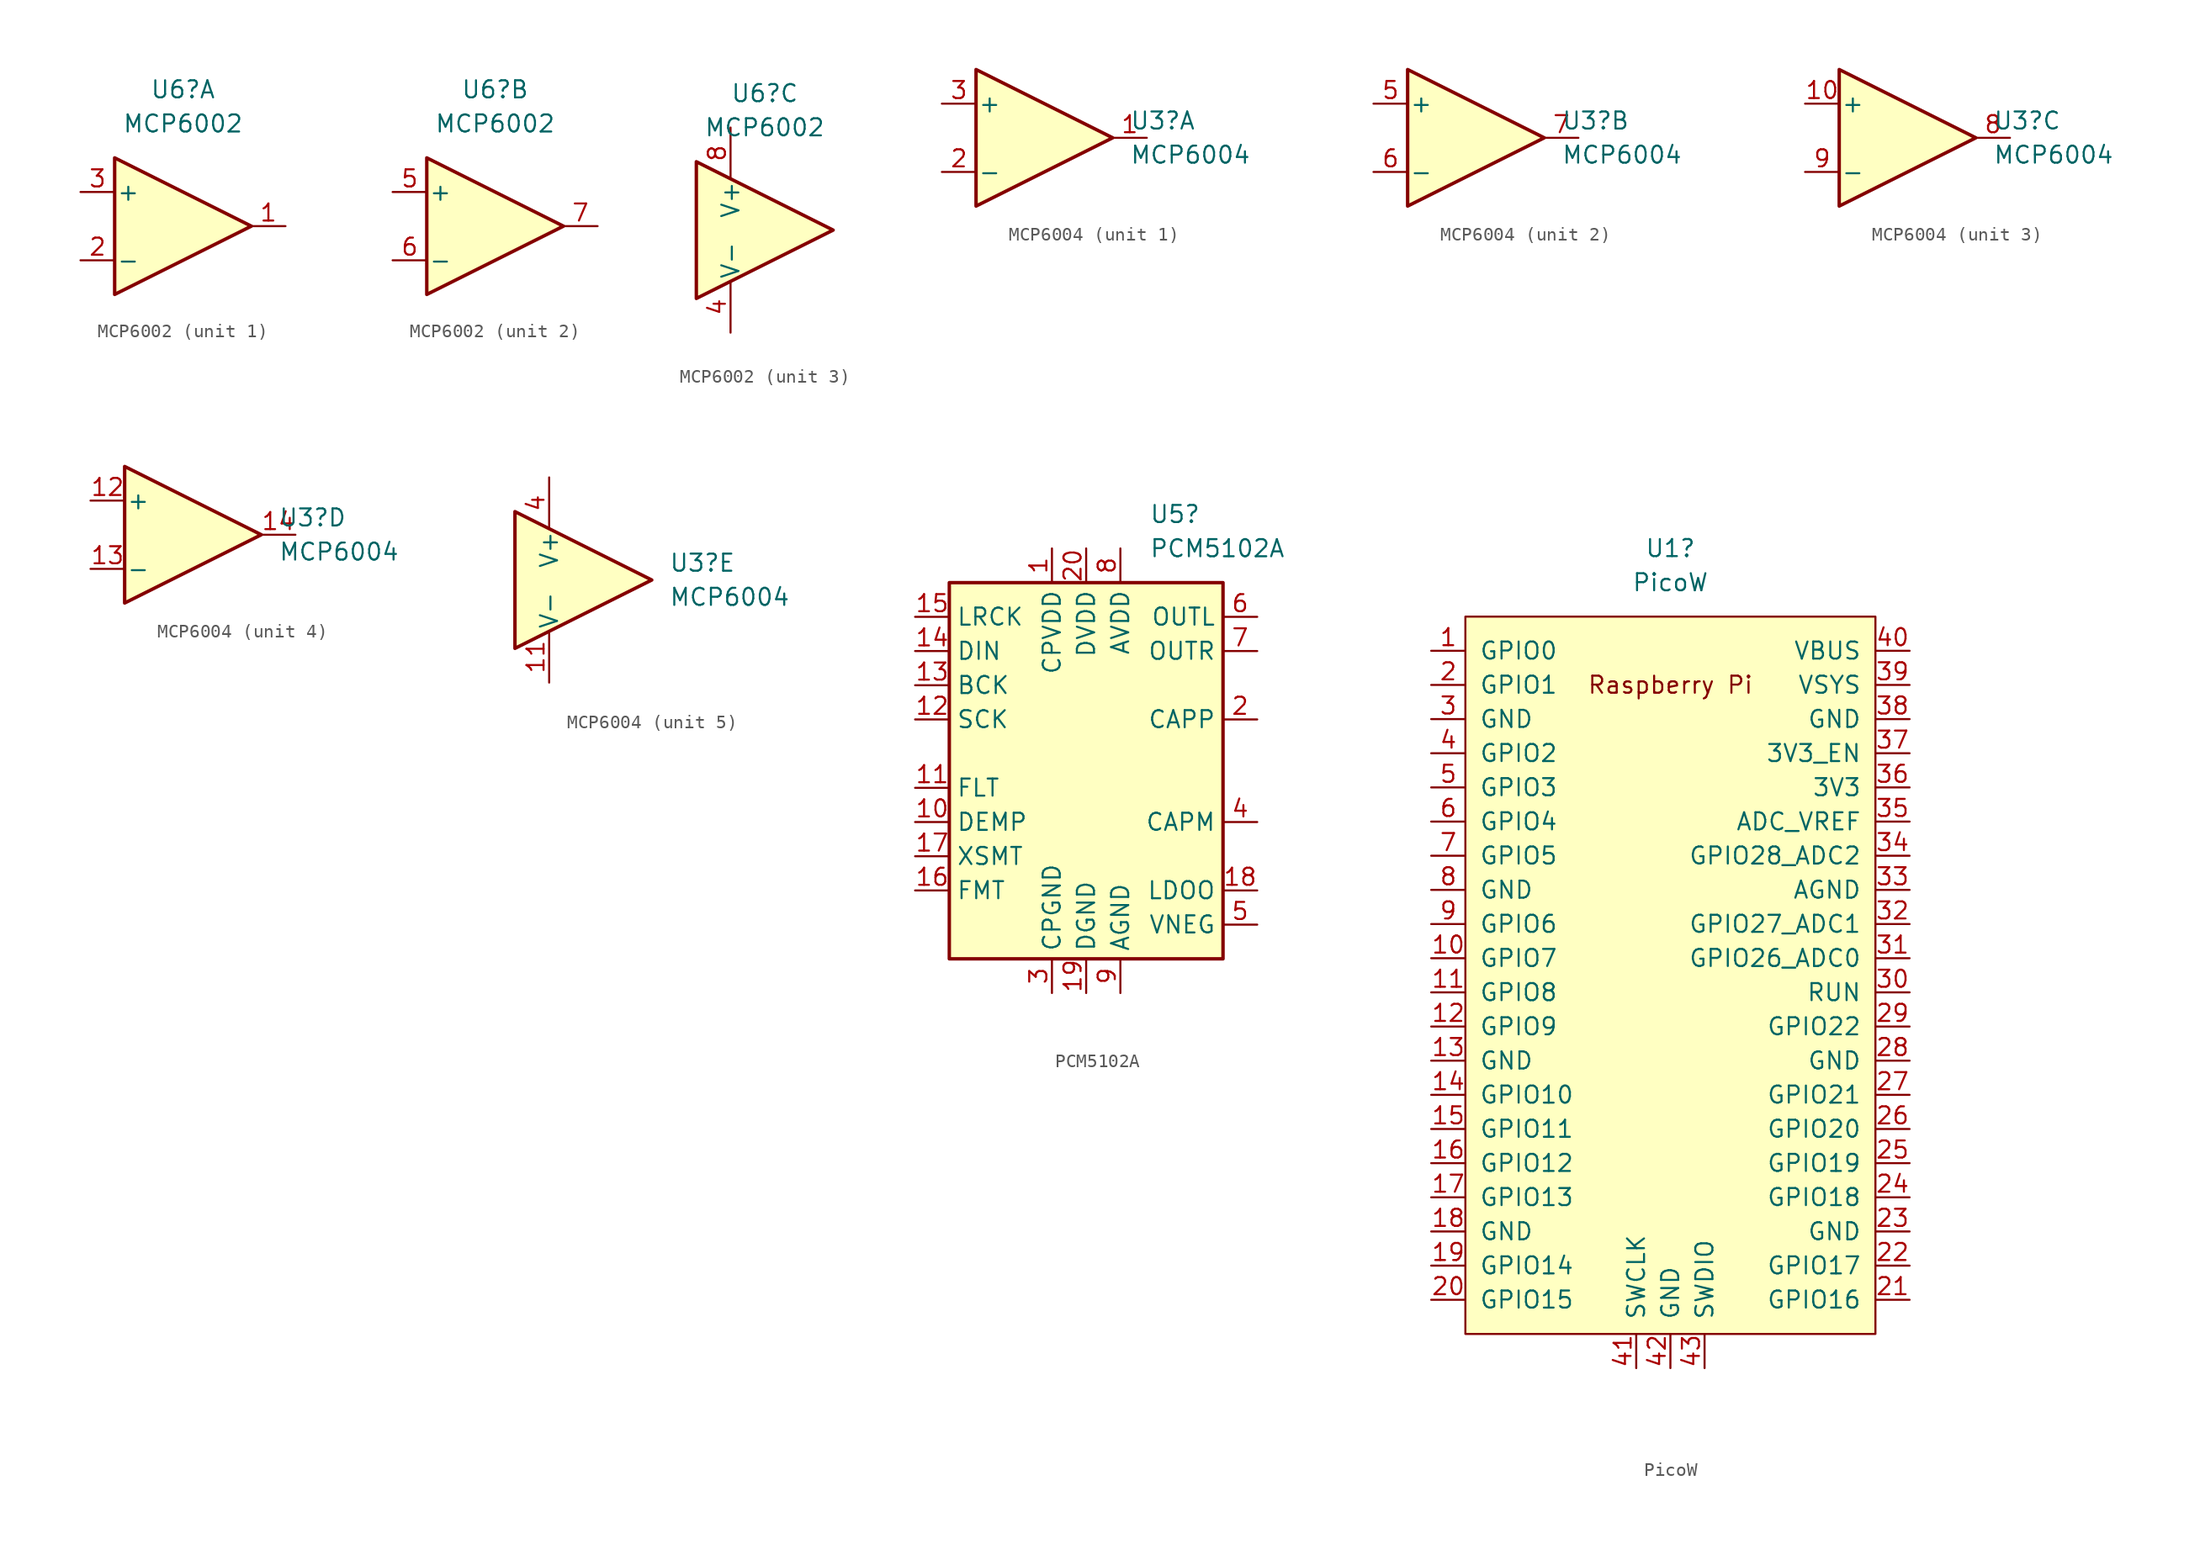
<source format=kicad_sym>
(kicad_symbol_lib
  (version 20241209)
  (generator "kicad_symbol_editor")
  (generator_version "9.0")
  (symbol "MCP6002"
    (pin_names
      (offset 0.127))
    (property "Reference" "U6"
      (at 0 10.16 0)
      (effects (font (size 1.27 1.27))))
    (property "Value" "MCP6002"
      (at 0 7.62 0)
      (effects (font (size 1.27 1.27))))
    (property "ki_locked" ""
      (at 0 0 0)
      (effects (font (size 1.27 1.27))))
    (symbol "MCP6002_1_1"
      (polyline (pts (xy -5.08 5.08) (xy 5.08 0) (xy -5.08 -5.08) (xy -5.08 5.08)) (stroke (width 0.254) (type default)) (fill (type background)))
      (pin input line (at -7.62 2.54 0) (length 2.54) (name "+" (effects (font (size 1.27 1.27)))) (number "3" (effects (font (size 1.27 1.27)))))
      (pin input line (at -7.62 -2.54 0) (length 2.54) (name "-" (effects (font (size 1.27 1.27)))) (number "2" (effects (font (size 1.27 1.27)))))
      (pin output line (at 7.62 0 180) (length 2.54) (name "~" (effects (font (size 1.27 1.27)))) (number "1" (effects (font (size 1.27 1.27))))))
    (symbol "MCP6002_2_1"
      (polyline (pts (xy -5.08 5.08) (xy 5.08 0) (xy -5.08 -5.08) (xy -5.08 5.08)) (stroke (width 0.254) (type default)) (fill (type background)))
      (pin input line (at -7.62 2.54 0) (length 2.54) (name "+" (effects (font (size 1.27 1.27)))) (number "5" (effects (font (size 1.27 1.27)))))
      (pin input line (at -7.62 -2.54 0) (length 2.54) (name "-" (effects (font (size 1.27 1.27)))) (number "6" (effects (font (size 1.27 1.27)))))
      (pin output line (at 7.62 0 180) (length 2.54) (name "~" (effects (font (size 1.27 1.27)))) (number "7" (effects (font (size 1.27 1.27))))))
    (symbol "MCP6002_3_1"
      (polyline (pts (xy -5.08 5.08) (xy 5.08 0) (xy -5.08 -5.08) (xy -5.08 5.08)) (stroke (width 0.254) (type default)) (fill (type background)))
      (pin power_in line (at -2.54 7.62 270) (length 3.81) (name "V+" (effects (font (size 1.27 1.27)))) (number "8" (effects (font (size 1.27 1.27)))))
      (pin power_in line (at -2.54 -7.62 90) (length 3.81) (name "V-" (effects (font (size 1.27 1.27)))) (number "4" (effects (font (size 1.27 1.27)))))))
  (symbol "MCP6004"
    (pin_names
      (offset 0.127))
    (property "Reference" "U3"
      (at 6.35 1.27 0)
      (effects (font (size 1.27 1.27)) (justify left)))
    (property "Value" "MCP6004"
      (at 6.35 -1.27 0)
      (effects (font (size 1.27 1.27)) (justify left)))
    (property "ki_locked" ""
      (at 0 0 0)
      (effects (font (size 1.27 1.27))))
    (symbol "MCP6004_1_1"
      (polyline (pts (xy -5.08 5.08) (xy 5.08 0) (xy -5.08 -5.08) (xy -5.08 5.08)) (stroke (width 0.254) (type default)) (fill (type background)))
      (pin input line (at -7.62 2.54 0) (length 2.54) (name "+" (effects (font (size 1.27 1.27)))) (number "3" (effects (font (size 1.27 1.27)))))
      (pin input line (at -7.62 -2.54 0) (length 2.54) (name "-" (effects (font (size 1.27 1.27)))) (number "2" (effects (font (size 1.27 1.27)))))
      (pin output line (at 7.62 0 180) (length 2.54) (name "~" (effects (font (size 1.27 1.27)))) (number "1" (effects (font (size 1.27 1.27))))))
    (symbol "MCP6004_2_1"
      (polyline (pts (xy -5.08 5.08) (xy 5.08 0) (xy -5.08 -5.08) (xy -5.08 5.08)) (stroke (width 0.254) (type default)) (fill (type background)))
      (pin input line (at -7.62 2.54 0) (length 2.54) (name "+" (effects (font (size 1.27 1.27)))) (number "5" (effects (font (size 1.27 1.27)))))
      (pin input line (at -7.62 -2.54 0) (length 2.54) (name "-" (effects (font (size 1.27 1.27)))) (number "6" (effects (font (size 1.27 1.27)))))
      (pin output line (at 7.62 0 180) (length 2.54) (name "~" (effects (font (size 1.27 1.27)))) (number "7" (effects (font (size 1.27 1.27))))))
    (symbol "MCP6004_3_1"
      (polyline (pts (xy -5.08 5.08) (xy 5.08 0) (xy -5.08 -5.08) (xy -5.08 5.08)) (stroke (width 0.254) (type default)) (fill (type background)))
      (pin input line (at -7.62 2.54 0) (length 2.54) (name "+" (effects (font (size 1.27 1.27)))) (number "10" (effects (font (size 1.27 1.27)))))
      (pin input line (at -7.62 -2.54 0) (length 2.54) (name "-" (effects (font (size 1.27 1.27)))) (number "9" (effects (font (size 1.27 1.27)))))
      (pin output line (at 7.62 0 180) (length 2.54) (name "~" (effects (font (size 1.27 1.27)))) (number "8" (effects (font (size 1.27 1.27))))))
    (symbol "MCP6004_4_1"
      (polyline (pts (xy -5.08 5.08) (xy 5.08 0) (xy -5.08 -5.08) (xy -5.08 5.08)) (stroke (width 0.254) (type default)) (fill (type background)))
      (pin input line (at -7.62 2.54 0) (length 2.54) (name "+" (effects (font (size 1.27 1.27)))) (number "12" (effects (font (size 1.27 1.27)))))
      (pin input line (at -7.62 -2.54 0) (length 2.54) (name "-" (effects (font (size 1.27 1.27)))) (number "13" (effects (font (size 1.27 1.27)))))
      (pin output line (at 7.62 0 180) (length 2.54) (name "~" (effects (font (size 1.27 1.27)))) (number "14" (effects (font (size 1.27 1.27))))))
    (symbol "MCP6004_5_1"
      (polyline (pts (xy -5.08 5.08) (xy 5.08 0) (xy -5.08 -5.08) (xy -5.08 5.08)) (stroke (width 0.254) (type default)) (fill (type background)))
      (pin power_in line (at -2.54 7.62 270) (length 3.81) (name "V+" (effects (font (size 1.27 1.27)))) (number "4" (effects (font (size 1.27 1.27)))))
      (pin power_in line (at -2.54 -7.62 90) (length 3.81) (name "V-" (effects (font (size 1.27 1.27)))) (number "11" (effects (font (size 1.27 1.27)))))))
  (symbol "PCM5102A"
    (property "Reference" "U5"
      (at 4.683 17.78 0)
      (effects (font (size 1.27 1.27)) (justify left)))
    (property "Value" "PCM5102A"
      (at 4.683 15.24 0)
      (effects (font (size 1.27 1.27)) (justify left)))
    (symbol "PCM5102A_0_1"
      (rectangle (start -10.16 12.7) (end 10.16 -15.24) (stroke (width 0.254) (type default)) (fill (type background))))
    (symbol "PCM5102A_1_1"
      (pin input line (at -12.7 10.16 0) (length 2.54) (name "LRCK" (effects (font (size 1.27 1.27)))) (number "15" (effects (font (size 1.27 1.27)))))
      (pin input line (at -12.7 7.62 0) (length 2.54) (name "DIN" (effects (font (size 1.27 1.27)))) (number "14" (effects (font (size 1.27 1.27)))))
      (pin input line (at -12.7 5.08 0) (length 2.54) (name "BCK" (effects (font (size 1.27 1.27)))) (number "13" (effects (font (size 1.27 1.27)))))
      (pin input line (at -12.7 2.54 0) (length 2.54) (name "SCK" (effects (font (size 1.27 1.27)))) (number "12" (effects (font (size 1.27 1.27)))))
      (pin input line (at -12.7 -2.54 0) (length 2.54) (name "FLT" (effects (font (size 1.27 1.27)))) (number "11" (effects (font (size 1.27 1.27)))))
      (pin input line (at -12.7 -5.08 0) (length 2.54) (name "DEMP" (effects (font (size 1.27 1.27)))) (number "10" (effects (font (size 1.27 1.27)))))
      (pin input line (at -12.7 -7.62 0) (length 2.54) (name "XSMT" (effects (font (size 1.27 1.27)))) (number "17" (effects (font (size 1.27 1.27)))))
      (pin input line (at -12.7 -10.16 0) (length 2.54) (name "FMT" (effects (font (size 1.27 1.27)))) (number "16" (effects (font (size 1.27 1.27)))))
      (pin passive line (at -2.54 15.24 270) (length 2.54) (name "CPVDD" (effects (font (size 1.27 1.27)))) (number "1" (effects (font (size 1.27 1.27)))))
      (pin power_in line (at -2.54 -17.78 90) (length 2.54) (name "CPGND" (effects (font (size 1.27 1.27)))) (number "3" (effects (font (size 1.27 1.27)))))
      (pin power_in line (at 0 15.24 270) (length 2.54) (name "DVDD" (effects (font (size 1.27 1.27)))) (number "20" (effects (font (size 1.27 1.27)))))
      (pin power_in line (at 0 -17.78 90) (length 2.54) (name "DGND" (effects (font (size 1.27 1.27)))) (number "19" (effects (font (size 1.27 1.27)))))
      (pin power_in line (at 2.54 15.24 270) (length 2.54) (name "AVDD" (effects (font (size 1.27 1.27)))) (number "8" (effects (font (size 1.27 1.27)))))
      (pin power_in line (at 2.54 -17.78 90) (length 2.54) (name "AGND" (effects (font (size 1.27 1.27)))) (number "9" (effects (font (size 1.27 1.27)))))
      (pin output line (at 12.7 10.16 180) (length 2.54) (name "OUTL" (effects (font (size 1.27 1.27)))) (number "6" (effects (font (size 1.27 1.27)))))
      (pin output line (at 12.7 7.62 180) (length 2.54) (name "OUTR" (effects (font (size 1.27 1.27)))) (number "7" (effects (font (size 1.27 1.27)))))
      (pin passive line (at 12.7 2.54 180) (length 2.54) (name "CAPP" (effects (font (size 1.27 1.27)))) (number "2" (effects (font (size 1.27 1.27)))))
      (pin passive line (at 12.7 -5.08 180) (length 2.54) (name "CAPM" (effects (font (size 1.27 1.27)))) (number "4" (effects (font (size 1.27 1.27)))))
      (pin passive line (at 12.7 -10.16 180) (length 2.54) (name "LDOO" (effects (font (size 1.27 1.27)))) (number "18" (effects (font (size 1.27 1.27)))))
      (pin passive line (at 12.7 -12.7 180) (length 2.54) (name "VNEG" (effects (font (size 1.27 1.27)))) (number "5" (effects (font (size 1.27 1.27)))))))
  (symbol "PicoW"
    (pin_names
      (offset 1.016))
    (property "Reference" "U1"
      (at 0 31.75 0)
      (effects (font (size 1.27 1.27))))
    (property "Value" "PicoW"
      (at 0 29.21 0)
      (effects (font (size 1.27 1.27))))
    (symbol "PicoW_0_0"
      (text "Raspberry Pi" (at 0 21.59 0) (effects (font (size 1.27 1.27)))))
    (symbol "PicoW_0_1"
      (rectangle (start -15.24 26.67) (end 15.24 -26.67) (stroke (width 0) (type default)) (fill (type background))))
    (symbol "PicoW_1_1"
      (pin bidirectional line (at -17.78 24.13 0) (length 2.54) (name "GPIO0" (effects (font (size 1.27 1.27)))) (number "1" (effects (font (size 1.27 1.27)))))
      (pin bidirectional line (at -17.78 21.59 0) (length 2.54) (name "GPIO1" (effects (font (size 1.27 1.27)))) (number "2" (effects (font (size 1.27 1.27)))))
      (pin power_in line (at -17.78 19.05 0) (length 2.54) (name "GND" (effects (font (size 1.27 1.27)))) (number "3" (effects (font (size 1.27 1.27)))))
      (pin bidirectional line (at -17.78 16.51 0) (length 2.54) (name "GPIO2" (effects (font (size 1.27 1.27)))) (number "4" (effects (font (size 1.27 1.27)))))
      (pin bidirectional line (at -17.78 13.97 0) (length 2.54) (name "GPIO3" (effects (font (size 1.27 1.27)))) (number "5" (effects (font (size 1.27 1.27)))))
      (pin bidirectional line (at -17.78 11.43 0) (length 2.54) (name "GPIO4" (effects (font (size 1.27 1.27)))) (number "6" (effects (font (size 1.27 1.27)))))
      (pin bidirectional line (at -17.78 8.89 0) (length 2.54) (name "GPIO5" (effects (font (size 1.27 1.27)))) (number "7" (effects (font (size 1.27 1.27)))))
      (pin power_in line (at -17.78 6.35 0) (length 2.54) (name "GND" (effects (font (size 1.27 1.27)))) (number "8" (effects (font (size 1.27 1.27)))))
      (pin bidirectional line (at -17.78 3.81 0) (length 2.54) (name "GPIO6" (effects (font (size 1.27 1.27)))) (number "9" (effects (font (size 1.27 1.27)))))
      (pin bidirectional line (at -17.78 1.27 0) (length 2.54) (name "GPIO7" (effects (font (size 1.27 1.27)))) (number "10" (effects (font (size 1.27 1.27)))))
      (pin bidirectional line (at -17.78 -1.27 0) (length 2.54) (name "GPIO8" (effects (font (size 1.27 1.27)))) (number "11" (effects (font (size 1.27 1.27)))))
      (pin bidirectional line (at -17.78 -3.81 0) (length 2.54) (name "GPIO9" (effects (font (size 1.27 1.27)))) (number "12" (effects (font (size 1.27 1.27)))))
      (pin power_in line (at -17.78 -6.35 0) (length 2.54) (name "GND" (effects (font (size 1.27 1.27)))) (number "13" (effects (font (size 1.27 1.27)))))
      (pin bidirectional line (at -17.78 -8.89 0) (length 2.54) (name "GPIO10" (effects (font (size 1.27 1.27)))) (number "14" (effects (font (size 1.27 1.27)))))
      (pin bidirectional line (at -17.78 -11.43 0) (length 2.54) (name "GPIO11" (effects (font (size 1.27 1.27)))) (number "15" (effects (font (size 1.27 1.27)))))
      (pin bidirectional line (at -17.78 -13.97 0) (length 2.54) (name "GPIO12" (effects (font (size 1.27 1.27)))) (number "16" (effects (font (size 1.27 1.27)))))
      (pin bidirectional line (at -17.78 -16.51 0) (length 2.54) (name "GPIO13" (effects (font (size 1.27 1.27)))) (number "17" (effects (font (size 1.27 1.27)))))
      (pin power_in line (at -17.78 -19.05 0) (length 2.54) (name "GND" (effects (font (size 1.27 1.27)))) (number "18" (effects (font (size 1.27 1.27)))))
      (pin bidirectional line (at -17.78 -21.59 0) (length 2.54) (name "GPIO14" (effects (font (size 1.27 1.27)))) (number "19" (effects (font (size 1.27 1.27)))))
      (pin bidirectional line (at -17.78 -24.13 0) (length 2.54) (name "GPIO15" (effects (font (size 1.27 1.27)))) (number "20" (effects (font (size 1.27 1.27)))))
      (pin input line (at -2.54 -29.21 90) (length 2.54) (name "SWCLK" (effects (font (size 1.27 1.27)))) (number "41" (effects (font (size 1.27 1.27)))))
      (pin power_in line (at 0 -29.21 90) (length 2.54) (name "GND" (effects (font (size 1.27 1.27)))) (number "42" (effects (font (size 1.27 1.27)))))
      (pin bidirectional line (at 2.54 -29.21 90) (length 2.54) (name "SWDIO" (effects (font (size 1.27 1.27)))) (number "43" (effects (font (size 1.27 1.27)))))
      (pin unspecified line (at 17.78 24.13 180) (length 2.54) (name "VBUS" (effects (font (size 1.27 1.27)))) (number "40" (effects (font (size 1.27 1.27)))))
      (pin unspecified line (at 17.78 21.59 180) (length 2.54) (name "VSYS" (effects (font (size 1.27 1.27)))) (number "39" (effects (font (size 1.27 1.27)))))
      (pin power_in line (at 17.78 19.05 180) (length 2.54) (name "GND" (effects (font (size 1.27 1.27)))) (number "38" (effects (font (size 1.27 1.27)))))
      (pin input line (at 17.78 16.51 180) (length 2.54) (name "3V3_EN" (effects (font (size 1.27 1.27)))) (number "37" (effects (font (size 1.27 1.27)))))
      (pin input line (at 17.78 13.97 180) (length 2.54) (name "3V3" (effects (font (size 1.27 1.27)))) (number "36" (effects (font (size 1.27 1.27)))))
      (pin unspecified line (at 17.78 11.43 180) (length 2.54) (name "ADC_VREF" (effects (font (size 1.27 1.27)))) (number "35" (effects (font (size 1.27 1.27)))))
      (pin bidirectional line (at 17.78 8.89 180) (length 2.54) (name "GPIO28_ADC2" (effects (font (size 1.27 1.27)))) (number "34" (effects (font (size 1.27 1.27)))))
      (pin power_in line (at 17.78 6.35 180) (length 2.54) (name "AGND" (effects (font (size 1.27 1.27)))) (number "33" (effects (font (size 1.27 1.27)))))
      (pin bidirectional line (at 17.78 3.81 180) (length 2.54) (name "GPIO27_ADC1" (effects (font (size 1.27 1.27)))) (number "32" (effects (font (size 1.27 1.27)))))
      (pin bidirectional line (at 17.78 1.27 180) (length 2.54) (name "GPIO26_ADC0" (effects (font (size 1.27 1.27)))) (number "31" (effects (font (size 1.27 1.27)))))
      (pin input line (at 17.78 -1.27 180) (length 2.54) (name "RUN" (effects (font (size 1.27 1.27)))) (number "30" (effects (font (size 1.27 1.27)))))
      (pin bidirectional line (at 17.78 -3.81 180) (length 2.54) (name "GPIO22" (effects (font (size 1.27 1.27)))) (number "29" (effects (font (size 1.27 1.27)))))
      (pin power_in line (at 17.78 -6.35 180) (length 2.54) (name "GND" (effects (font (size 1.27 1.27)))) (number "28" (effects (font (size 1.27 1.27)))))
      (pin bidirectional line (at 17.78 -8.89 180) (length 2.54) (name "GPIO21" (effects (font (size 1.27 1.27)))) (number "27" (effects (font (size 1.27 1.27)))))
      (pin bidirectional line (at 17.78 -11.43 180) (length 2.54) (name "GPIO20" (effects (font (size 1.27 1.27)))) (number "26" (effects (font (size 1.27 1.27)))))
      (pin bidirectional line (at 17.78 -13.97 180) (length 2.54) (name "GPIO19" (effects (font (size 1.27 1.27)))) (number "25" (effects (font (size 1.27 1.27)))))
      (pin bidirectional line (at 17.78 -16.51 180) (length 2.54) (name "GPIO18" (effects (font (size 1.27 1.27)))) (number "24" (effects (font (size 1.27 1.27)))))
      (pin power_in line (at 17.78 -19.05 180) (length 2.54) (name "GND" (effects (font (size 1.27 1.27)))) (number "23" (effects (font (size 1.27 1.27)))))
      (pin bidirectional line (at 17.78 -21.59 180) (length 2.54) (name "GPIO17" (effects (font (size 1.27 1.27)))) (number "22" (effects (font (size 1.27 1.27)))))
      (pin bidirectional line (at 17.78 -24.13 180) (length 2.54) (name "GPIO16" (effects (font (size 1.27 1.27)))) (number "21" (effects (font (size 1.27 1.27))))))))
</source>
